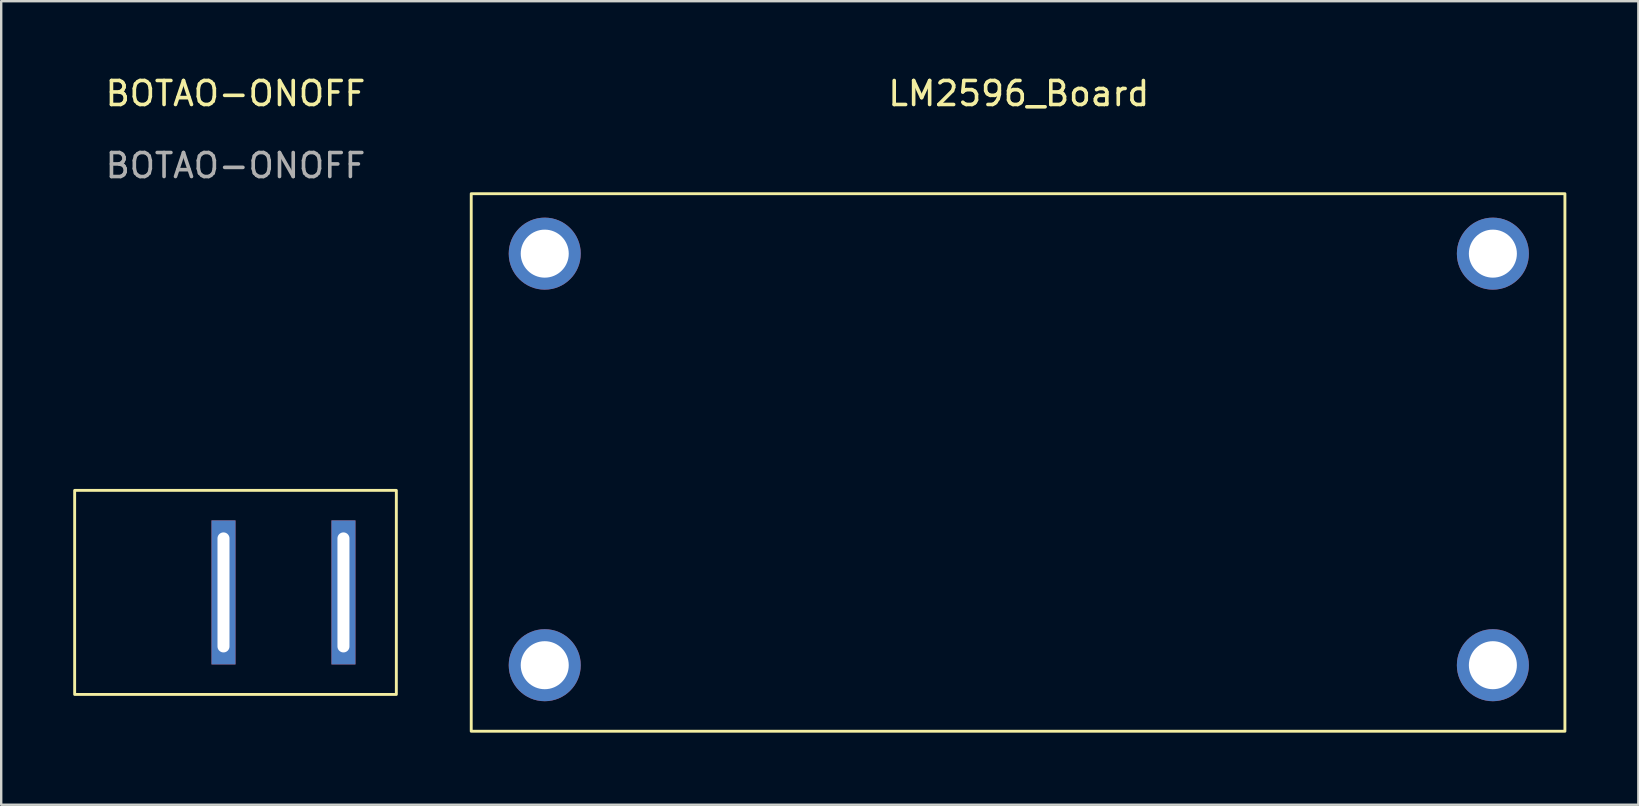
<source format=kicad_pcb>
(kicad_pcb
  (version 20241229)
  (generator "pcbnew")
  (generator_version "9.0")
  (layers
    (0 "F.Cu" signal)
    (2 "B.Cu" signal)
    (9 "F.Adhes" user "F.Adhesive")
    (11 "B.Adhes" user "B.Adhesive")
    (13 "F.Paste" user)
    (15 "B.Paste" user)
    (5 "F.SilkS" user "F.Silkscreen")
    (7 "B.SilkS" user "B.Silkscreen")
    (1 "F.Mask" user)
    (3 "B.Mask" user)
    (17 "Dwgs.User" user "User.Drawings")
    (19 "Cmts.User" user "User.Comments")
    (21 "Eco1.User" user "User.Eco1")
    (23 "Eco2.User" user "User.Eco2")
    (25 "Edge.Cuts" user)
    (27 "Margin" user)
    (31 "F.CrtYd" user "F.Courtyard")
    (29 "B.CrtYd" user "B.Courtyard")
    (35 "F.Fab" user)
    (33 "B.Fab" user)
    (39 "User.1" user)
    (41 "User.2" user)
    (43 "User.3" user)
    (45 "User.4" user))
  (footprint "LM2596_Board"
    (layer "F.Cu")
    (at 39.39 16.088)
    (property "Reference" "LM2596_Board" (at 0 -15.24 0) (unlocked yes) (layer "F.SilkS") (effects (font (size 1 1) (thickness 0.15))))
    (attr through_hole)
    (fp_rect (start -22.81 -11.07) (end 22.749 11.323) (stroke (width 0.12) (type solid)) (fill no) (layer "F.SilkS"))
    (pad "1" thru_hole circle (at -19.748 -8.572) (size 3 3) (drill 2) (layers "*.Cu" "*.Mask"))
    (pad "2" thru_hole circle (at -19.748 8.572) (size 3 3) (drill 2) (layers "*.Cu" "*.Mask"))
    (pad "3" thru_hole circle (at 19.748 -8.572) (size 3 3) (drill 2) (layers "*.Cu" "*.Mask"))
    (pad "4" thru_hole circle (at 19.748 8.572) (size 3 3) (drill 2) (layers "*.Cu" "*.Mask")))
  (footprint "BOTAO-ONOFF"
    (layer "F.Cu")
    (at 6.76 21.628)
    (property "Reference" "BOTAO-ONOFF" (at 0 -20.78 0) (unlocked yes) (layer "F.SilkS") (effects (font (size 1 1) (thickness 0.15))))
    (attr through_hole)
    (fp_rect (start -6.7 -4.25) (end 6.7 4.25) (stroke (width 0.12) (type solid)) (fill no) (layer "F.SilkS"))
    (fp_text user "${REFERENCE}" (at 0 -17.78 0) (unlocked yes) (layer "F.Fab") (effects (font (size 1 1) (thickness 0.15))))
    (pad "1" thru_hole rect (at 4.497 0) (size 1 6) (drill oval 0.5 5) (layers "*.Cu" "*.Mask"))
    (pad "2" thru_hole rect (at -0.5 0) (size 1 6) (drill oval 0.5 5) (layers "*.Cu" "*.Mask")))
  (gr_rect
    (start -3 -3)
    (end 65.198 30.472)
    (stroke (width 0.1) (type default))
    (fill no)
    (layer "Edge.Cuts")))
</source>
